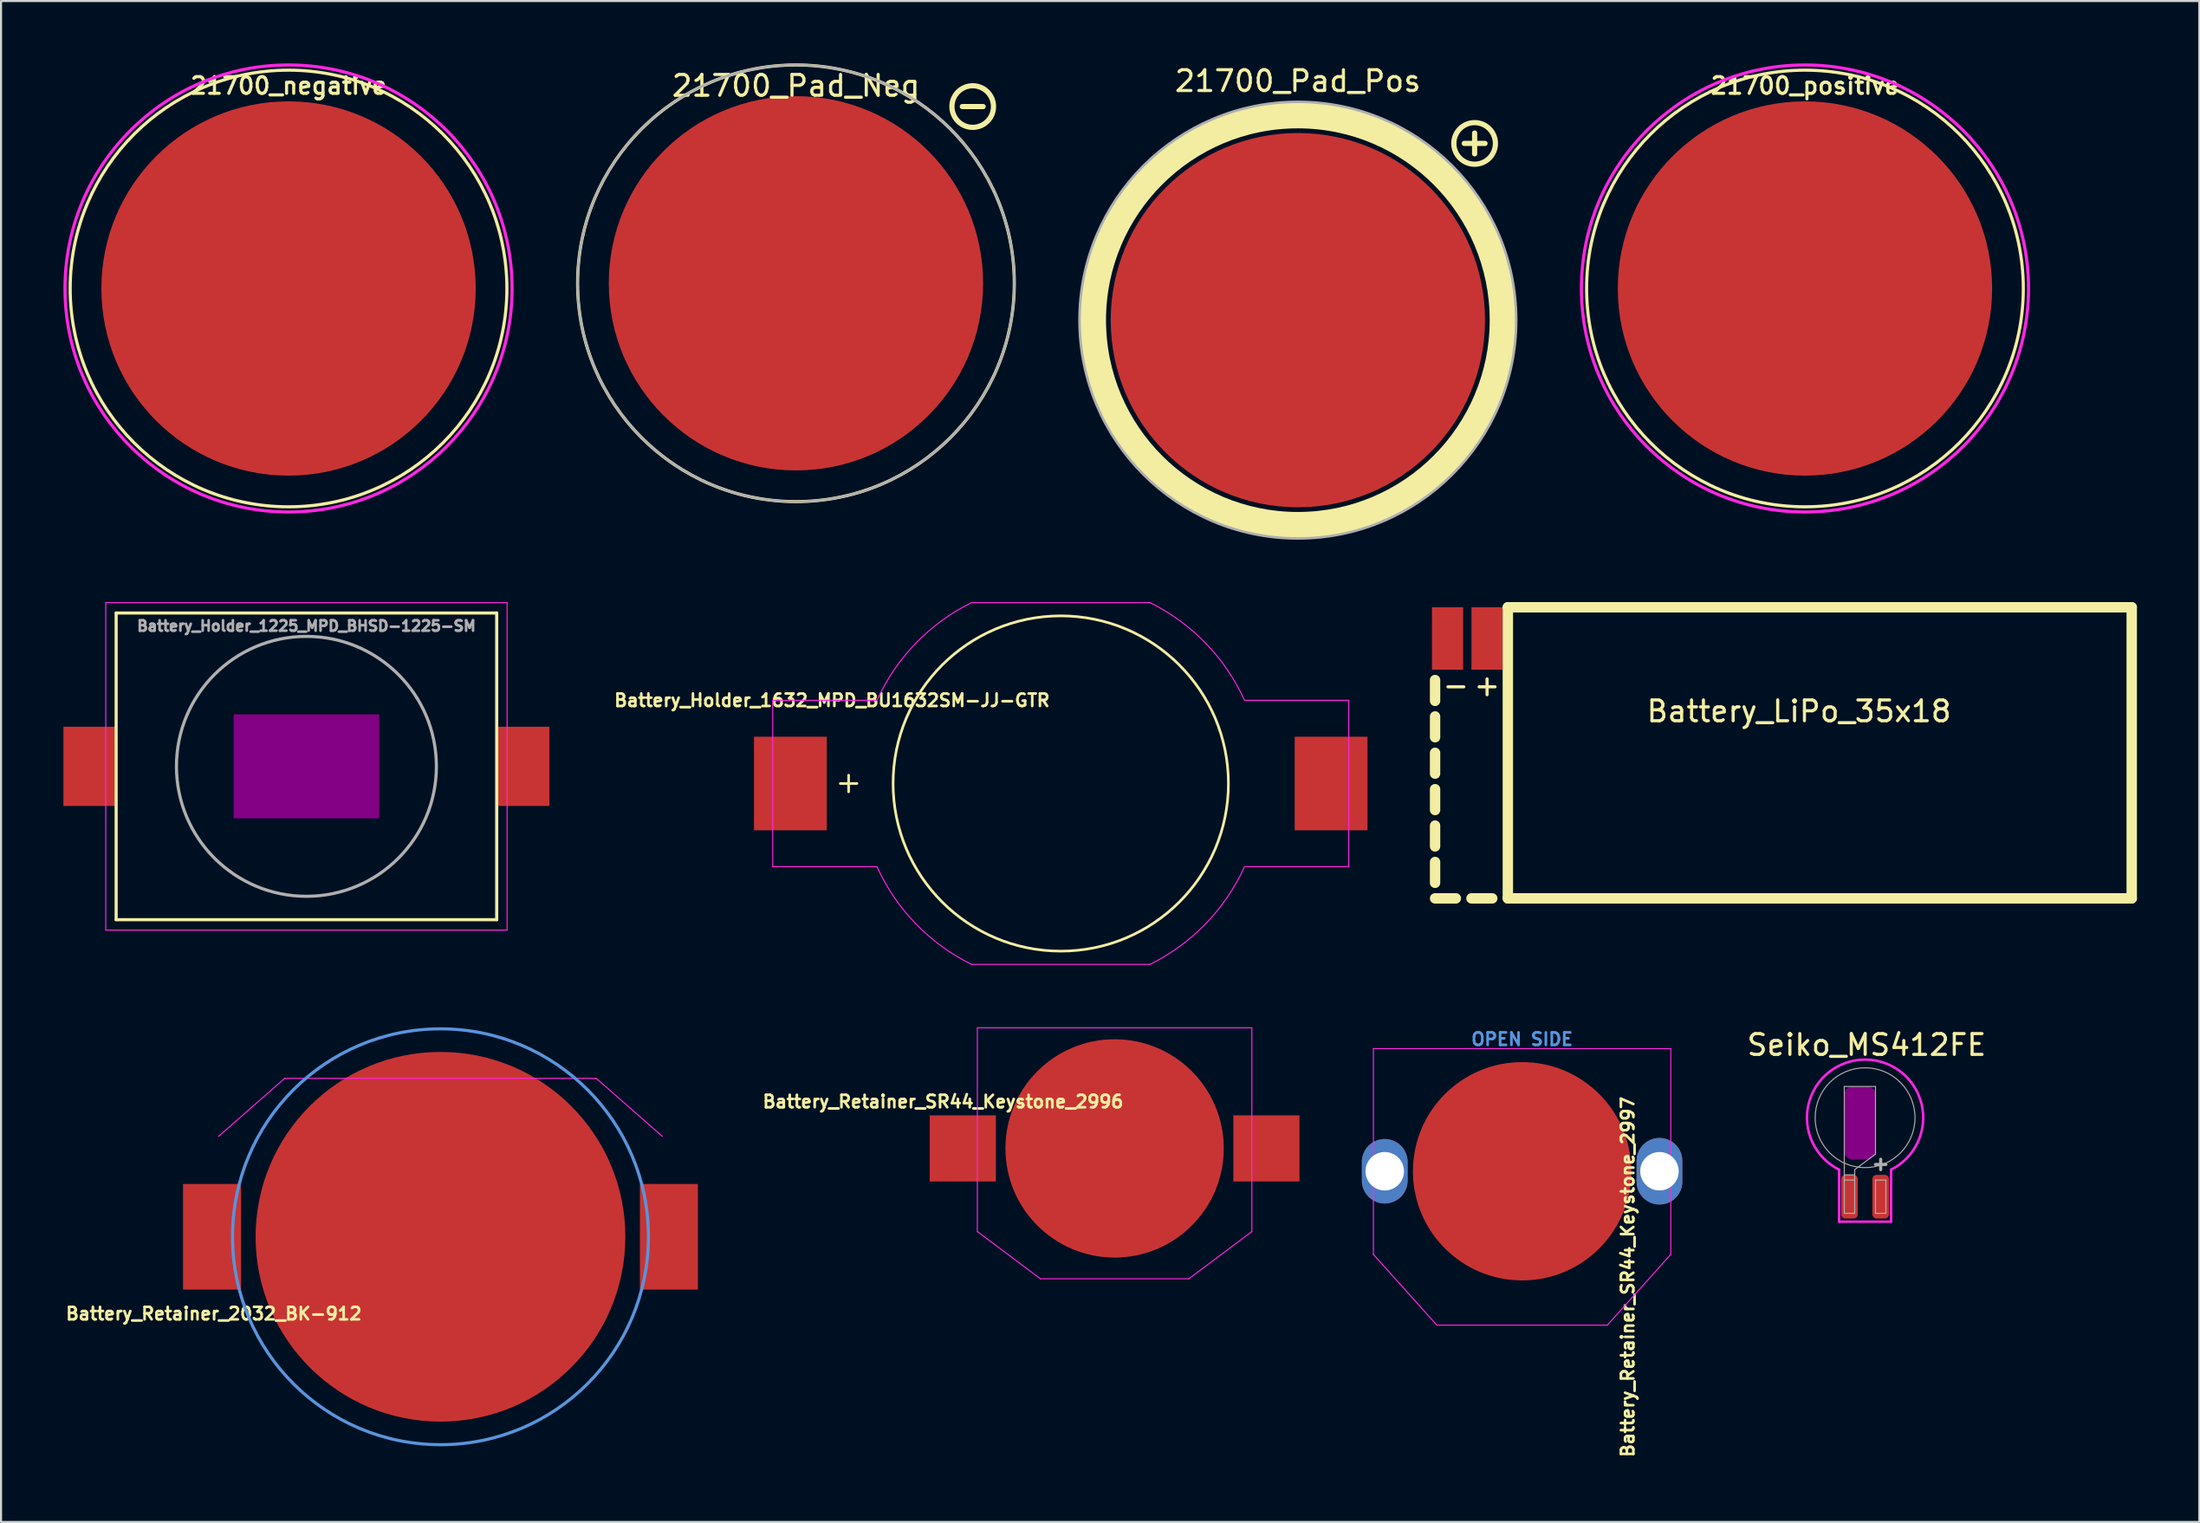
<source format=kicad_pcb>
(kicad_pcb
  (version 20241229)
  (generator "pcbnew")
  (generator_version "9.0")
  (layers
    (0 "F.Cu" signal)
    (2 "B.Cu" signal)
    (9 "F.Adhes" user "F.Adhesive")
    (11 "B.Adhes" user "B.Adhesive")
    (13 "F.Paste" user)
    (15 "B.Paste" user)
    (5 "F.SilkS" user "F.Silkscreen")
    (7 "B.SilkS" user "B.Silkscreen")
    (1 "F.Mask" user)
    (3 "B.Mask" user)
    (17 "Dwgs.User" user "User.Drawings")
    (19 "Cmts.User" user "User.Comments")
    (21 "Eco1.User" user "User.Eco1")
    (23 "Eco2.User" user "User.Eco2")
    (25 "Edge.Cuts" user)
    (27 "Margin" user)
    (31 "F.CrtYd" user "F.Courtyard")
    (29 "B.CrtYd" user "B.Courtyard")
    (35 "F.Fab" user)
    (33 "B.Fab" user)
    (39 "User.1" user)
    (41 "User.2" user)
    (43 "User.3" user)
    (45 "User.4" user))
  (footprint "21700_negative"
    (layer "F.Cu")
    (at 10.825 10.825)
    (property "Reference" "21700_negative" (at 0 -9.75 0) (unlocked yes) (layer "F.SilkS") (effects (font (size 0.8 0.8) (thickness 0.15))))
    (attr smd)
    (fp_circle (center 0 0) (end 10.5 0) (stroke (width 0.15) (type solid)) (fill no) (layer "F.SilkS"))
    (fp_circle (center 0 0) (end 10.75 0) (stroke (width 0.15) (type solid)) (fill no) (layer "F.CrtYd"))
    (pad "1" connect circle (at 0 0) (size 18 18) (layers "F.Cu" "F.Mask")))
  (footprint "Seiko_MS412FE"
    (layer "F.Cu")
    (at 86.636 50.706)
    (property "Reference" "Seiko_MS412FE" (at 0.075 -3.5 0) (layer "F.SilkS") (effects (font (size 1 1) (thickness 0.15))))
    (attr smd)
    (fp_line (start -1.25 5) (end -1.25 2.5) (stroke (width 0.12) (type solid)) (layer "F.CrtYd"))
    (fp_line (start 1.25 2.5) (end 1.25 5) (stroke (width 0.12) (type solid)) (layer "F.CrtYd"))
    (fp_line (start 1.25 5) (end -1.25 5) (stroke (width 0.12) (type solid)) (layer "F.CrtYd"))
    (fp_arc (start -1.249999 2.499999) (mid 0 -2.795084) (end 1.25 2.499999) (stroke (width 0.12) (type solid)) (layer "F.CrtYd"))
    (fp_line (start -1 -1.5) (end -1 4.6) (stroke (width 0.05) (type solid)) (layer "F.Fab"))
    (fp_line (start -1 4.6) (end -0.5 4.6) (stroke (width 0.05) (type solid)) (layer "F.Fab"))
    (fp_line (start -0.5 2.75) (end -1 2.75) (stroke (width 0.05) (type solid)) (layer "F.Fab"))
    (fp_line (start -0.5 3) (end -1 3) (stroke (width 0.05) (type solid)) (layer "F.Fab"))
    (fp_line (start -0.5 4.6) (end -0.5 2.5) (stroke (width 0.05) (type solid)) (layer "F.Fab"))
    (fp_line (start -0.5 2.5) (end 0.5 1.75) (stroke (width 0.05) (type solid)) (layer "F.Fab"))
    (fp_line (start 0.5 -1.5) (end -1 -1.5) (stroke (width 0.05) (type solid)) (layer "F.Fab"))
    (fp_line (start 0.5 1.75) (end 0.5 -1.5) (stroke (width 0.05) (type solid)) (layer "F.Fab"))
    (fp_line (start 0.5 2.25) (end 1 2.25) (stroke (width 0.15) (type solid)) (layer "F.Fab"))
    (fp_line (start 0.5 3) (end 0.5 4.6) (stroke (width 0.05) (type solid)) (layer "F.Fab"))
    (fp_line (start 0.75 2) (end 0.75 2.5) (stroke (width 0.15) (type solid)) (layer "F.Fab"))
    (fp_line (start 1 3) (end 0.5 3) (stroke (width 0.05) (type solid)) (layer "F.Fab"))
    (fp_line (start 1 4.6) (end 0.5 4.6) (stroke (width 0.05) (type solid)) (layer "F.Fab"))
    (fp_line (start 1 4.6) (end 1 3) (stroke (width 0.05) (type solid)) (layer "F.Fab"))
    (fp_circle (center 0 0) (end 2.4 0) (stroke (width 0.05) (type solid)) (fill no) (layer "F.Fab"))
    (pad "" connect roundrect (at -0.25 0.25) (size 1.5 3.5) (layers "F.Adhes") (roundrect_rratio 0.25))
    (pad "1" smd roundrect (at 0.75 3.8) (size 0.8 2.1) (layers "F.Cu" "F.Mask" "F.Paste") (roundrect_rratio 0.25))
    (pad "2" smd roundrect (at -0.75 3.8) (size 0.8 2.1) (layers "F.Cu" "F.Mask" "F.Paste") (roundrect_rratio 0.25)))
  (footprint "Battery_Holder_1632_MPD_BU1632SM-JJ-GTR"
    (layer "F.Cu")
    (at 47.958 34.633)
    (property "Reference" "Battery_Holder_1632_MPD_BU1632SM-JJ-GTR" (at -11 -4 0) (layer "F.SilkS") (effects (font (size 0.6 0.6) (thickness 0.127))))
    (attr smd)
    (fp_line (start -10.6 0) (end -9.8 0) (stroke (width 0.127) (type solid)) (layer "F.SilkS"))
    (fp_line (start -10.2 -0.4) (end -10.2 0.4) (stroke (width 0.127) (type solid)) (layer "F.SilkS"))
    (fp_circle (center 0 0) (end 1 -8) (stroke (width 0.127) (type solid)) (fill no) (layer "F.SilkS"))
    (fp_line (start -13.85 -4) (end -8.85 -4) (stroke (width 0.05) (type solid)) (layer "F.CrtYd"))
    (fp_line (start -13.85 4) (end -13.85 -4) (stroke (width 0.05) (type solid)) (layer "F.CrtYd"))
    (fp_line (start -13.85 4) (end -8.85 4) (stroke (width 0.05) (type solid)) (layer "F.CrtYd"))
    (fp_line (start -4.29 -8.7) (end 4.29 -8.7) (stroke (width 0.05) (type solid)) (layer "F.CrtYd"))
    (fp_line (start -4.29 8.7) (end 4.29 8.7) (stroke (width 0.05) (type solid)) (layer "F.CrtYd"))
    (fp_line (start 13.85 -4) (end 8.85 -4) (stroke (width 0.05) (type solid)) (layer "F.CrtYd"))
    (fp_line (start 13.85 4) (end 8.85 4) (stroke (width 0.05) (type solid)) (layer "F.CrtYd"))
    (fp_line (start 13.85 4) (end 13.85 -4) (stroke (width 0.05) (type solid)) (layer "F.CrtYd"))
    (fp_arc (start -8.837182 -3.999788) (mid -6.971637 -6.744655) (end -4.29 -8.7) (stroke (width 0.05) (type solid)) (layer "F.CrtYd"))
    (fp_arc (start -4.29 8.7) (mid -6.971637 6.744655) (end -8.837182 3.999788) (stroke (width 0.05) (type solid)) (layer "F.CrtYd"))
    (fp_arc (start 4.29 -8.7) (mid 6.971637 -6.744655) (end 8.837182 -3.999788) (stroke (width 0.05) (type solid)) (layer "F.CrtYd"))
    (fp_arc (start 8.837182 3.999788) (mid 6.971637 6.744655) (end 4.29 8.7) (stroke (width 0.05) (type solid)) (layer "F.CrtYd"))
    (pad "1" smd rect (at -13 0) (size 3.5 4.5) (layers "F.Cu" "F.Mask" "F.Paste"))
    (pad "2" smd rect (at 13 0) (size 3.5 4.5) (layers "F.Cu" "F.Mask" "F.Paste")))
  (footprint "21700_positive"
    (layer "F.Cu")
    (at 83.745 10.825)
    (property "Reference" "21700_positive" (at 0 -9.75 0) (unlocked yes) (layer "F.SilkS") (effects (font (size 0.8 0.8) (thickness 0.15))))
    (attr exclude_from_pos_files exclude_from_bom)
    (fp_circle (center 0 0) (end 10.5 0) (stroke (width 0.15) (type solid)) (fill no) (layer "F.SilkS"))
    (fp_circle (center 0 0) (end 10.75 0) (stroke (width 0.15) (type solid)) (fill no) (layer "F.CrtYd"))
    (pad "1" connect circle (at 0 0) (size 18 18) (layers "F.Cu" "F.Mask")))
  (footprint "21700_Pad_Pos"
    (layer "F.Cu")
    (at 59.36 12.348)
    (property "Reference" "21700_Pad_Pos" (at 0 -11.5 0) (layer "F.SilkS") (effects (font (size 1 1) (thickness 0.15))))
    (attr exclude_from_pos_files exclude_from_bom)
    (fp_line (start 8 -8.5) (end 9 -8.5) (stroke (width 0.25) (type solid)) (layer "F.SilkS"))
    (fp_line (start 8.5 -9) (end 8.5 -8) (stroke (width 0.25) (type solid)) (layer "F.SilkS"))
    (fp_circle (center 0 0) (end 9.85 0) (stroke (width 1.25) (type solid)) (fill no) (layer "F.SilkS"))
    (fp_circle (center 8.5 -8.5) (end 9.5 -8.5) (stroke (width 0.25) (type solid)) (fill no) (layer "F.SilkS"))
    (fp_circle (center 0 0) (end 10.5 0) (stroke (width 0.12) (type solid)) (fill no) (layer "F.Fab"))
    (pad "1" connect circle (at 0 0) (size 18 18) (layers "F.Cu" "F.Mask")))
  (footprint "Battery_Retainer_SR44_Keystone_2997"
    (layer "F.Cu")
    (at 70.143 53.282)
    (property "Reference" "Battery_Retainer_SR44_Keystone_2997" (at 5.08 5.08 270) (layer "F.SilkS") (effects (font (size 0.6 0.6) (thickness 0.127))))
    (attr through_hole)
    (fp_line (start -7.15 -5.9) (end -7.15 4) (stroke (width 0.05) (type solid)) (layer "F.CrtYd"))
    (fp_line (start -7.15 -5.9) (end 7.15 -5.9) (stroke (width 0.05) (type solid)) (layer "F.CrtYd"))
    (fp_line (start -4.1 7.4) (end -7.15 4) (stroke (width 0.05) (type solid)) (layer "F.CrtYd"))
    (fp_line (start -4.1 7.4) (end 4.1 7.4) (stroke (width 0.05) (type solid)) (layer "F.CrtYd"))
    (fp_line (start 4.1 7.4) (end 7.15 4) (stroke (width 0.05) (type solid)) (layer "F.CrtYd"))
    (fp_line (start 7.15 -5.9) (end 7.15 4) (stroke (width 0.05) (type solid)) (layer "F.CrtYd"))
    (fp_text user "OPEN SIDE" (at 0 -6.35 0) (layer "Cmts.User") (effects (font (size 0.6 0.6) (thickness 0.127))))
    (pad "1" thru_hole oval (at -6.605 0) (size 2.2 3.1) (drill 1.85) (layers "*.Cu" "*.Mask"))
    (pad "1" thru_hole oval (at 6.605 0) (size 2.2 3.2) (drill 1.85) (layers "*.Cu" "*.Mask"))
    (pad "2" connect circle (at 0 0) (size 10.5 10.5) (layers "F.Cu" "F.Mask")))
  (footprint "Battery_Retainer_2032_BK-912"
    (layer "F.Cu")
    (at 18.131 56.433)
    (property "Reference" "Battery_Retainer_2032_BK-912" (at -10.9 3.7 0) (layer "F.SilkS") (effects (font (size 0.6 0.6) (thickness 0.127))))
    (attr smd)
    (fp_circle (center 0 0) (end 10 0) (stroke (width 0.15) (type solid)) (fill no) (layer "Cmts.User"))
    (fp_line (start -7.49 -7.62) (end -10.67 -4.83) (stroke (width 0.05) (type solid)) (layer "F.CrtYd"))
    (fp_line (start -7.49 -7.62) (end 7.49 -7.62) (stroke (width 0.05) (type solid)) (layer "F.CrtYd"))
    (fp_line (start 7.49 -7.62) (end 10.67 -4.83) (stroke (width 0.05) (type solid)) (layer "F.CrtYd"))
    (pad "1" smd rect (at -10.985 0) (size 2.79 5.08) (layers "F.Cu" "F.Mask" "F.Paste"))
    (pad "1" smd rect (at 10.985 0) (size 2.79 5.08) (layers "F.Cu" "F.Mask" "F.Paste"))
    (pad "2" connect circle (at 0 0) (size 17.78 17.78) (layers "F.Cu" "F.Mask")))
  (footprint "Battery_Retainer_SR44_Keystone_2996"
    (layer "F.Cu")
    (at 50.548 52.183)
    (property "Reference" "Battery_Retainer_SR44_Keystone_2996" (at -8.25 -2.25 180) (layer "F.SilkS") (effects (font (size 0.6 0.6) (thickness 0.127))))
    (attr smd)
    (fp_line (start -6.6 -5.8) (end -6.6 4) (stroke (width 0.05) (type solid)) (layer "F.CrtYd"))
    (fp_line (start -3.57 6.27) (end -6.6 4) (stroke (width 0.05) (type solid)) (layer "F.CrtYd"))
    (fp_line (start -3.57 6.27) (end 3.57 6.27) (stroke (width 0.05) (type solid)) (layer "F.CrtYd"))
    (fp_line (start 3.57 6.27) (end 6.6 4) (stroke (width 0.05) (type solid)) (layer "F.CrtYd"))
    (fp_line (start 6.6 -5.8) (end -6.6 -5.8) (stroke (width 0.05) (type solid)) (layer "F.CrtYd"))
    (fp_line (start 6.6 -5.8) (end 6.6 4) (stroke (width 0.05) (type solid)) (layer "F.CrtYd"))
    (pad "1" smd rect (at -7.3 0) (size 3.18 3.18) (layers "F.Cu" "F.Mask" "F.Paste"))
    (pad "1" smd rect (at 7.3 0) (size 3.18 3.18) (layers "F.Cu" "F.Mask" "F.Paste"))
    (pad "2" connect circle (at 0 0) (size 10.5 10.5) (layers "F.Cu" "F.Mask")))
  (footprint "Battery_Holder_1225_MPD_BHSD-1225-SM"
    (layer "F.Cu")
    (at 11.685 33.808)
    (property "Reference" "Battery_Holder_1225_MPD_BHSD-1225-SM" (at 0 -6.75 0) (layer "F.Fab") (effects (font (size 0.5 0.5) (thickness 0.125))))
    (attr smd)
    (fp_line (start -9.15 -7.375) (end -9.15 7.375) (stroke (width 0.15) (type solid)) (layer "F.SilkS"))
    (fp_line (start -9.15 -7.375) (end 9.15 -7.375) (stroke (width 0.15) (type solid)) (layer "F.SilkS"))
    (fp_line (start -9.15 7.375) (end 9.15 7.375) (stroke (width 0.15) (type solid)) (layer "F.SilkS"))
    (fp_line (start 9.15 -7.375) (end 9.15 7.375) (stroke (width 0.15) (type solid)) (layer "F.SilkS"))
    (fp_line (start -9.65 -7.875) (end -9.65 7.875) (stroke (width 0.05) (type solid)) (layer "F.CrtYd"))
    (fp_line (start -9.65 -7.875) (end 9.65 -7.875) (stroke (width 0.05) (type solid)) (layer "F.CrtYd"))
    (fp_line (start -9.65 7.875) (end 9.65 7.875) (stroke (width 0.05) (type solid)) (layer "F.CrtYd"))
    (fp_line (start 9.65 -7.875) (end 9.65 7.875) (stroke (width 0.05) (type solid)) (layer "F.CrtYd"))
    (fp_circle (center 0 0) (end 6.25 0) (stroke (width 0.15) (type solid)) (fill no) (layer "F.Fab"))
    (pad "" smd rect (at 0 0) (size 7 5) (layers "F.Adhes"))
    (pad "1" smd rect (at -10.415 0) (size 2.54 3.81) (layers "F.Cu" "F.Mask" "F.Paste"))
    (pad "2" smd rect (at 10.415 0) (size 2.54 3.81) (layers "F.Cu" "F.Mask" "F.Paste")))
  (footprint "21700_Pad_Neg"
    (layer "F.Cu")
    (at 35.225 10.575)
    (property "Reference" "21700_Pad_Neg" (at 0 -9.5 0) (layer "F.SilkS") (effects (font (size 1 1) (thickness 0.15))))
    (attr smd)
    (fp_line (start 8 -8.5) (end 9 -8.5) (stroke (width 0.25) (type solid)) (layer "F.SilkS"))
    (fp_circle (center 0 0) (end 10.5 0) (stroke (width 0.15) (type solid)) (fill no) (layer "F.SilkS"))
    (fp_circle (center 8.5 -8.5) (end 9.5 -8.5) (stroke (width 0.25) (type solid)) (fill no) (layer "F.SilkS"))
    (fp_circle (center 0 0) (end 10.5 0) (stroke (width 0.12) (type solid)) (fill no) (layer "F.Fab"))
    (pad "1" connect circle (at 0 0) (size 18 18) (layers "F.Cu" "F.Mask")))
  (footprint "Battery_LiPo_35x18"
    (layer "F.Cu")
    (at 83.458 33.158)
    (property "Reference" "Battery_LiPo_35x18" (at 0 -2 0) (layer "F.SilkS") (effects (font (size 1 1) (thickness 0.15))))
    (attr through_hole)
    (fp_line (start -17.5 -2.5) (end -17.5 -3.5) (stroke (width 0.5) (type solid)) (layer "F.SilkS"))
    (fp_line (start -17.5 -1.75) (end -17.5 -0.75) (stroke (width 0.5) (type solid)) (layer "F.SilkS"))
    (fp_line (start -17.5 0) (end -17.5 1) (stroke (width 0.5) (type solid)) (layer "F.SilkS"))
    (fp_line (start -17.5 1.75) (end -17.5 2.75) (stroke (width 0.5) (type solid)) (layer "F.SilkS"))
    (fp_line (start -17.5 3.5) (end -17.5 4.5) (stroke (width 0.5) (type solid)) (layer "F.SilkS"))
    (fp_line (start -17.5 5.25) (end -17.5 6.25) (stroke (width 0.5) (type solid)) (layer "F.SilkS"))
    (fp_line (start -17.5 7) (end -16.5 7) (stroke (width 0.5) (type solid)) (layer "F.SilkS"))
    (fp_line (start -14.75 7) (end -15.75 7) (stroke (width 0.5) (type solid)) (layer "F.SilkS"))
    (fp_line (start -14 7) (end -14 -7) (stroke (width 0.5) (type solid)) (layer "F.SilkS"))
    (fp_line (start 16 -7) (end -14 -7) (stroke (width 0.5) (type solid)) (layer "F.SilkS"))
    (fp_line (start 16 7) (end -14 7) (stroke (width 0.5) (type solid)) (layer "F.SilkS"))
    (fp_line (start 16 7) (end 16 -7) (stroke (width 0.5) (type solid)) (layer "F.SilkS"))
    (fp_text user "+" (at -15 -3.25 0) (layer "F.SilkS") (effects (font (size 1 1) (thickness 0.15))))
    (fp_text user "-" (at -16.5 -3.25 0) (layer "F.SilkS") (effects (font (size 1 1) (thickness 0.15))))
    (pad "1" connect rect (at -15 -5.5) (size 1.5 3) (layers "F.Cu" "F.Mask"))
    (pad "2" connect rect (at -16.9 -5.5) (size 1.5 3) (layers "F.Cu" "F.Mask")))
  (gr_rect
    (start -3 -3)
    (end 102.708 70.15)
    (stroke (width 0.1) (type default))
    (fill no)
    (layer "Edge.Cuts")))
</source>
